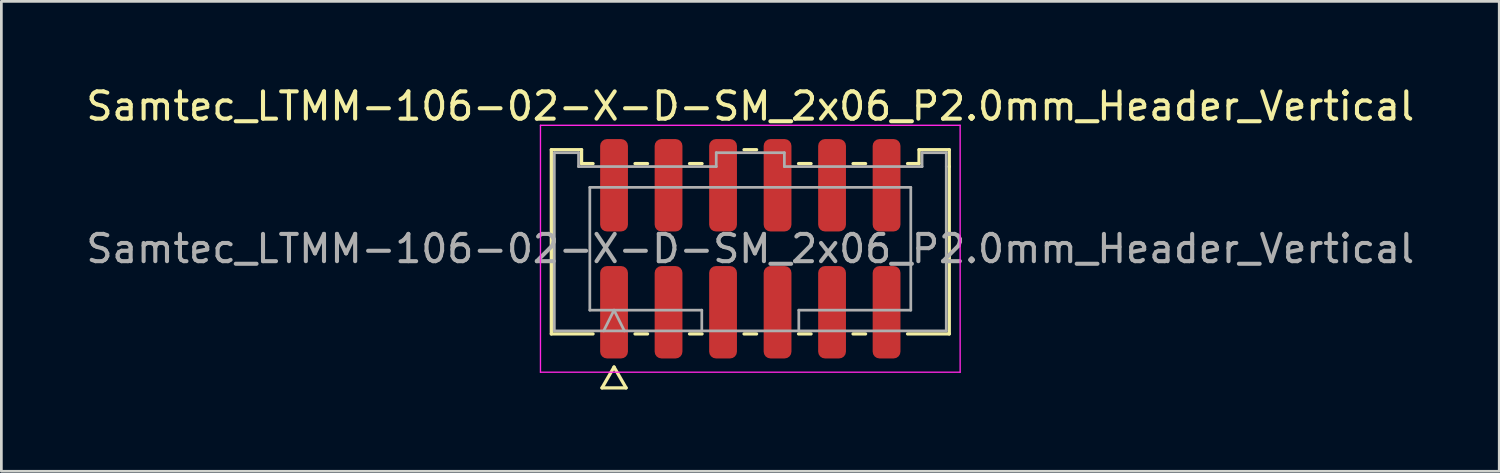
<source format=kicad_pcb>
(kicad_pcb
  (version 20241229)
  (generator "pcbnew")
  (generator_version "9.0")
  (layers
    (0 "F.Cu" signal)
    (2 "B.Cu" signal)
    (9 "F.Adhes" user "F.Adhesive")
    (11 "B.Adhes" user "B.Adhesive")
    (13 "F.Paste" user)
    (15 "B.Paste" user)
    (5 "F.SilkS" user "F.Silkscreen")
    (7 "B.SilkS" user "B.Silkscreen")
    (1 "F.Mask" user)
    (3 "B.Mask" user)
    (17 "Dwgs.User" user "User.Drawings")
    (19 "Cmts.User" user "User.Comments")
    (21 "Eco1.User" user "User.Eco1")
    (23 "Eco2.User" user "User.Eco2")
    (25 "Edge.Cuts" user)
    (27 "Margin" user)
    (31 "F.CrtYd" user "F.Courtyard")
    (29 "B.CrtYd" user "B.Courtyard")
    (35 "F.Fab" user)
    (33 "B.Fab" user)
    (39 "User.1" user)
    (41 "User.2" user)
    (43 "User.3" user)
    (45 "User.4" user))
  (footprint "Samtec_LTMM-106-02-X-D-SM_2x06_P2.0mm_Header_Vertical"
    (layer "F.Cu")
    (at 24.482 6.078)
    (property "Reference" "Samtec_LTMM-106-02-X-D-SM_2x06_P2.0mm_Header_Vertical" (at 0 -5.23 0) (layer "F.SilkS") (effects (font (size 1 1) (thickness 0.15))))
    (attr smd)
    (fp_line (start -7.301 -3.635) (end -6.192 -3.635) (stroke (width 0.12) (type solid)) (layer "F.SilkS"))
    (fp_line (start -7.301 3.125) (end -7.301 -3.635) (stroke (width 0.12) (type solid)) (layer "F.SilkS"))
    (fp_line (start -6.192 -3.635) (end -6.192 -3.125) (stroke (width 0.12) (type solid)) (layer "F.SilkS"))
    (fp_line (start -6.192 -3.125) (end -5.77 -3.125) (stroke (width 0.12) (type solid)) (layer "F.SilkS"))
    (fp_line (start -5.77 3.125) (end -7.301 3.125) (stroke (width 0.12) (type solid)) (layer "F.SilkS"))
    (fp_line (start -5.442 5.105) (end -5 4.34) (stroke (width 0.12) (type solid)) (layer "F.SilkS"))
    (fp_line (start -5 4.34) (end -4.558 5.105) (stroke (width 0.12) (type solid)) (layer "F.SilkS"))
    (fp_line (start -4.558 5.105) (end -5.442 5.105) (stroke (width 0.12) (type solid)) (layer "F.SilkS"))
    (fp_line (start -4.23 -3.125) (end -3.77 -3.125) (stroke (width 0.12) (type solid)) (layer "F.SilkS"))
    (fp_line (start -3.77 3.125) (end -4.23 3.125) (stroke (width 0.12) (type solid)) (layer "F.SilkS"))
    (fp_line (start -2.23 -3.125) (end -1.77 -3.125) (stroke (width 0.12) (type solid)) (layer "F.SilkS"))
    (fp_line (start -1.77 3.125) (end -2.23 3.125) (stroke (width 0.12) (type solid)) (layer "F.SilkS"))
    (fp_line (start -0.23 -3.635) (end 0.23 -3.635) (stroke (width 0.12) (type solid)) (layer "F.SilkS"))
    (fp_line (start 0.23 3.125) (end -0.23 3.125) (stroke (width 0.12) (type solid)) (layer "F.SilkS"))
    (fp_line (start 1.77 -3.125) (end 2.23 -3.125) (stroke (width 0.12) (type solid)) (layer "F.SilkS"))
    (fp_line (start 2.23 3.125) (end 1.77 3.125) (stroke (width 0.12) (type solid)) (layer "F.SilkS"))
    (fp_line (start 3.77 -3.125) (end 4.23 -3.125) (stroke (width 0.12) (type solid)) (layer "F.SilkS"))
    (fp_line (start 4.23 3.125) (end 3.77 3.125) (stroke (width 0.12) (type solid)) (layer "F.SilkS"))
    (fp_line (start 5.77 -3.125) (end 6.192 -3.125) (stroke (width 0.12) (type solid)) (layer "F.SilkS"))
    (fp_line (start 6.192 -3.635) (end 7.301 -3.635) (stroke (width 0.12) (type solid)) (layer "F.SilkS"))
    (fp_line (start 6.192 -3.125) (end 6.192 -3.635) (stroke (width 0.12) (type solid)) (layer "F.SilkS"))
    (fp_line (start 7.301 -3.635) (end 7.301 -3.015) (stroke (width 0.12) (type solid)) (layer "F.SilkS"))
    (fp_line (start 7.301 -3.015) (end 7.301 3.125) (stroke (width 0.12) (type solid)) (layer "F.SilkS"))
    (fp_line (start 7.301 3.125) (end 5.77 3.125) (stroke (width 0.12) (type solid)) (layer "F.SilkS"))
    (fp_line (start -7.7 -4.53) (end -7.7 4.53) (stroke (width 0.05) (type solid)) (layer "F.CrtYd"))
    (fp_line (start -7.7 4.53) (end 7.7 4.53) (stroke (width 0.05) (type solid)) (layer "F.CrtYd"))
    (fp_line (start 7.7 -4.53) (end -7.7 -4.53) (stroke (width 0.05) (type solid)) (layer "F.CrtYd"))
    (fp_line (start 7.7 4.53) (end 7.7 -4.53) (stroke (width 0.05) (type solid)) (layer "F.CrtYd"))
    (fp_line (start -7.191 -3.525) (end -6.303 -3.525) (stroke (width 0.1) (type solid)) (layer "F.Fab"))
    (fp_line (start -7.191 3.015) (end -7.191 -3.525) (stroke (width 0.1) (type solid)) (layer "F.Fab"))
    (fp_line (start -6.303 -3.525) (end -6.303 -3.015) (stroke (width 0.1) (type solid)) (layer "F.Fab"))
    (fp_line (start -6.303 -3.015) (end -1.25 -3.015) (stroke (width 0.1) (type solid)) (layer "F.Fab"))
    (fp_line (start -5.889 -2.253) (end 5.889 -2.253) (stroke (width 0.1) (type solid)) (layer "F.Fab"))
    (fp_line (start -5.889 2.253) (end -5.889 -2.253) (stroke (width 0.1) (type solid)) (layer "F.Fab"))
    (fp_line (start -5.381 3.015) (end -5 2.253) (stroke (width 0.1) (type solid)) (layer "F.Fab"))
    (fp_line (start -5 2.253) (end -4.619 3.015) (stroke (width 0.1) (type solid)) (layer "F.Fab"))
    (fp_line (start -1.78 2.253) (end -5.889 2.253) (stroke (width 0.1) (type solid)) (layer "F.Fab"))
    (fp_line (start -1.78 3.015) (end -1.78 2.253) (stroke (width 0.1) (type solid)) (layer "F.Fab"))
    (fp_line (start -1.25 -3.525) (end 1.25 -3.525) (stroke (width 0.1) (type solid)) (layer "F.Fab"))
    (fp_line (start -1.25 -3.015) (end -1.25 -3.525) (stroke (width 0.1) (type solid)) (layer "F.Fab"))
    (fp_line (start 1.25 -3.525) (end 1.25 -3.015) (stroke (width 0.1) (type solid)) (layer "F.Fab"))
    (fp_line (start 1.25 -3.015) (end 6.303 -3.015) (stroke (width 0.1) (type solid)) (layer "F.Fab"))
    (fp_line (start 1.78 2.253) (end 1.78 3.015) (stroke (width 0.1) (type solid)) (layer "F.Fab"))
    (fp_line (start 5.889 -2.253) (end 5.889 2.253) (stroke (width 0.1) (type solid)) (layer "F.Fab"))
    (fp_line (start 5.889 2.253) (end 1.78 2.253) (stroke (width 0.1) (type solid)) (layer "F.Fab"))
    (fp_line (start 6.303 -3.525) (end 7.191 -3.525) (stroke (width 0.1) (type solid)) (layer "F.Fab"))
    (fp_line (start 6.303 -3.015) (end 6.303 -3.525) (stroke (width 0.1) (type solid)) (layer "F.Fab"))
    (fp_line (start 7.191 -3.525) (end 7.191 -3.015) (stroke (width 0.1) (type solid)) (layer "F.Fab"))
    (fp_line (start 7.191 -3.015) (end 7.191 3.015) (stroke (width 0.1) (type solid)) (layer "F.Fab"))
    (fp_line (start 7.191 3.015) (end -7.191 3.015) (stroke (width 0.1) (type solid)) (layer "F.Fab"))
    (fp_text user "${REFERENCE}" (at 0 0 0) (layer "F.Fab") (effects (font (size 1 1) (thickness 0.15))))
    (pad "1" smd roundrect (at -5 2.33) (size 1.02 3.39) (layers "F.Cu" "F.Mask" "F.Paste") (roundrect_rratio 0.245))
    (pad "2" smd roundrect (at -5 -2.33) (size 1.02 3.39) (layers "F.Cu" "F.Mask" "F.Paste") (roundrect_rratio 0.245))
    (pad "3" smd roundrect (at -3 2.33) (size 1.02 3.39) (layers "F.Cu" "F.Mask" "F.Paste") (roundrect_rratio 0.245))
    (pad "4" smd roundrect (at -3 -2.33) (size 1.02 3.39) (layers "F.Cu" "F.Mask" "F.Paste") (roundrect_rratio 0.245))
    (pad "5" smd roundrect (at -1 2.33) (size 1.02 3.39) (layers "F.Cu" "F.Mask" "F.Paste") (roundrect_rratio 0.245))
    (pad "6" smd roundrect (at -1 -2.33) (size 1.02 3.39) (layers "F.Cu" "F.Mask" "F.Paste") (roundrect_rratio 0.245))
    (pad "7" smd roundrect (at 1 2.33) (size 1.02 3.39) (layers "F.Cu" "F.Mask" "F.Paste") (roundrect_rratio 0.245))
    (pad "8" smd roundrect (at 1 -2.33) (size 1.02 3.39) (layers "F.Cu" "F.Mask" "F.Paste") (roundrect_rratio 0.245))
    (pad "9" smd roundrect (at 3 2.33) (size 1.02 3.39) (layers "F.Cu" "F.Mask" "F.Paste") (roundrect_rratio 0.245))
    (pad "10" smd roundrect (at 3 -2.33) (size 1.02 3.39) (layers "F.Cu" "F.Mask" "F.Paste") (roundrect_rratio 0.245))
    (pad "11" smd roundrect (at 5 2.33) (size 1.02 3.39) (layers "F.Cu" "F.Mask" "F.Paste") (roundrect_rratio 0.245))
    (pad "12" smd roundrect (at 5 -2.33) (size 1.02 3.39) (layers "F.Cu" "F.Mask" "F.Paste") (roundrect_rratio 0.245)))
  (gr_rect
    (start -3 -3)
    (end 51.964 14.243)
    (stroke (width 0.1) (type default))
    (fill no)
    (layer "Edge.Cuts")))
</source>
